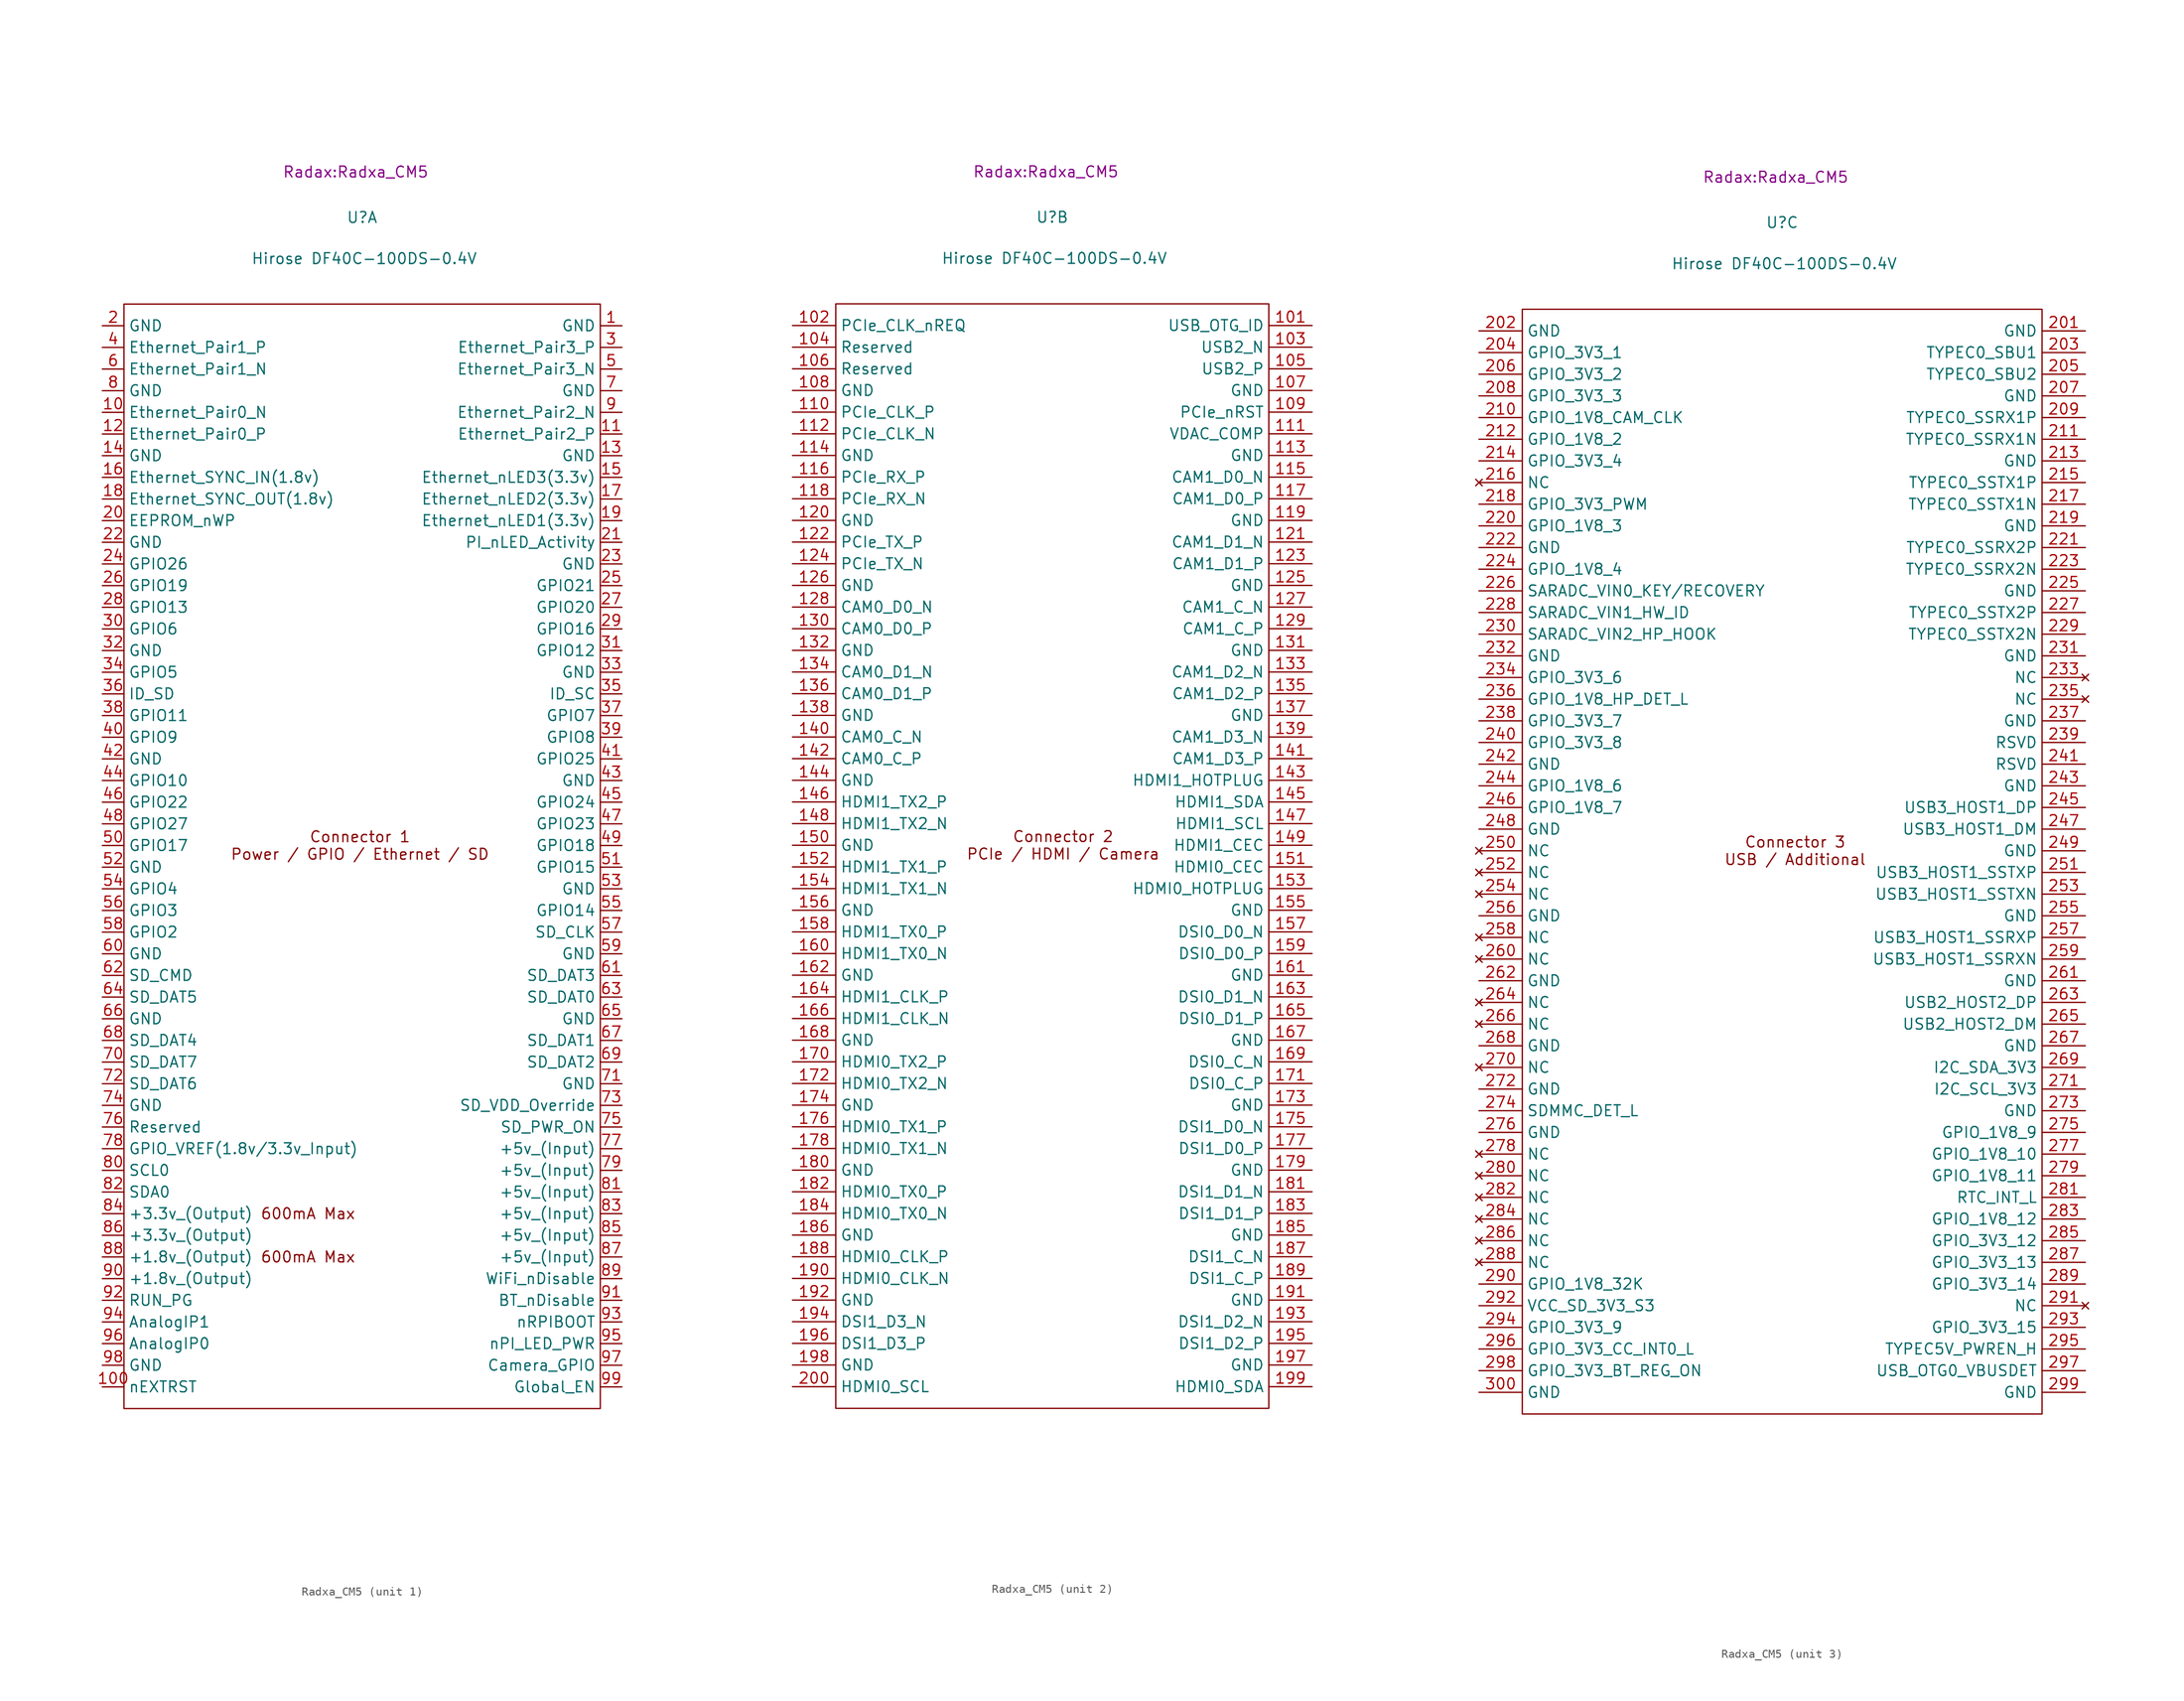
<source format=kicad_sym>
(kicad_symbol_lib
  (version 20241209)
  (generator "kicad_symbol_editor")
  (generator_version "9.0")
  (symbol "Radxa_CM5"
    (property "Reference" "U"
      (at 0 73.66 0)
      (effects (font (size 1.27 1.27))))
    (property "Value" "Hirose DF40C-100DS-0.4V"
      (at 0.254 68.834 0)
      (effects (font (size 1.27 1.27))))
    (property "Footprint" "Radax:Radxa_CM5"
      (at -0.762 78.994 0)
      (effects (font (size 1.27 1.27))))
    (property "ki_locked" ""
      (at 0 0 0)
      (effects (font (size 1.27 1.27))))
    (symbol "Radxa_CM5_1_0"
      (text "Connector 1\nPower / GPIO / Ethernet / SD" (at -0.254 0 0) (effects (font (size 1.27 1.27)))))
    (symbol "Radxa_CM5_1_1"
      (rectangle (start -27.94 -66.04) (end 27.94 63.5) (stroke (width 0) (type default)) (fill (type none)))
      (text "600mA Max" (at -6.35 -43.18 0) (effects (font (size 1.27 1.27))))
      (text "600mA Max" (at -6.35 -48.26 0) (effects (font (size 1.27 1.27))))
      (text private "Note: Pin labels used are the same as Raspberry Pi CM4 module" (at 0 -70.358 0) (effects (font (size 1.27 1.27))))
      (pin power_in line (at -30.48 60.96 0) (length 2.54) (name "GND" (effects (font (size 1.27 1.27)))) (number "2" (effects (font (size 1.27 1.27)))))
      (pin passive line (at -30.48 58.42 0) (length 2.54) (name "Ethernet_Pair1_P" (effects (font (size 1.27 1.27)))) (number "4" (effects (font (size 1.27 1.27)))))
      (pin passive line (at -30.48 55.88 0) (length 2.54) (name "Ethernet_Pair1_N" (effects (font (size 1.27 1.27)))) (number "6" (effects (font (size 1.27 1.27)))))
      (pin power_in line (at -30.48 53.34 0) (length 2.54) (name "GND" (effects (font (size 1.27 1.27)))) (number "8" (effects (font (size 1.27 1.27)))))
      (pin passive line (at -30.48 50.8 0) (length 2.54) (name "Ethernet_Pair0_N" (effects (font (size 1.27 1.27)))) (number "10" (effects (font (size 1.27 1.27)))))
      (pin passive line (at -30.48 48.26 0) (length 2.54) (name "Ethernet_Pair0_P" (effects (font (size 1.27 1.27)))) (number "12" (effects (font (size 1.27 1.27)))))
      (pin power_in line (at -30.48 45.72 0) (length 2.54) (name "GND" (effects (font (size 1.27 1.27)))) (number "14" (effects (font (size 1.27 1.27)))))
      (pin input line (at -30.48 43.18 0) (length 2.54) (name "Ethernet_SYNC_IN(1.8v)" (effects (font (size 1.27 1.27)))) (number "16" (effects (font (size 1.27 1.27)))))
      (pin input line (at -30.48 40.64 0) (length 2.54) (name "Ethernet_SYNC_OUT(1.8v)" (effects (font (size 1.27 1.27)))) (number "18" (effects (font (size 1.27 1.27)))))
      (pin passive line (at -30.48 38.1 0) (length 2.54) (name "EEPROM_nWP" (effects (font (size 1.27 1.27)))) (number "20" (effects (font (size 1.27 1.27)))))
      (pin power_in line (at -30.48 35.56 0) (length 2.54) (name "GND" (effects (font (size 1.27 1.27)))) (number "22" (effects (font (size 1.27 1.27)))))
      (pin passive line (at -30.48 33.02 0) (length 2.54) (name "GPIO26" (effects (font (size 1.27 1.27)))) (number "24" (effects (font (size 1.27 1.27)))))
      (pin passive line (at -30.48 30.48 0) (length 2.54) (name "GPIO19" (effects (font (size 1.27 1.27)))) (number "26" (effects (font (size 1.27 1.27)))))
      (pin passive line (at -30.48 27.94 0) (length 2.54) (name "GPIO13" (effects (font (size 1.27 1.27)))) (number "28" (effects (font (size 1.27 1.27)))))
      (pin passive line (at -30.48 25.4 0) (length 2.54) (name "GPIO6" (effects (font (size 1.27 1.27)))) (number "30" (effects (font (size 1.27 1.27)))))
      (pin power_in line (at -30.48 22.86 0) (length 2.54) (name "GND" (effects (font (size 1.27 1.27)))) (number "32" (effects (font (size 1.27 1.27)))))
      (pin passive line (at -30.48 20.32 0) (length 2.54) (name "GPIO5" (effects (font (size 1.27 1.27)))) (number "34" (effects (font (size 1.27 1.27)))))
      (pin passive line (at -30.48 17.78 0) (length 2.54) (name "ID_SD" (effects (font (size 1.27 1.27)))) (number "36" (effects (font (size 1.27 1.27)))))
      (pin passive line (at -30.48 15.24 0) (length 2.54) (name "GPIO11" (effects (font (size 1.27 1.27)))) (number "38" (effects (font (size 1.27 1.27)))))
      (pin passive line (at -30.48 12.7 0) (length 2.54) (name "GPIO9" (effects (font (size 1.27 1.27)))) (number "40" (effects (font (size 1.27 1.27)))))
      (pin power_in line (at -30.48 10.16 0) (length 2.54) (name "GND" (effects (font (size 1.27 1.27)))) (number "42" (effects (font (size 1.27 1.27)))))
      (pin passive line (at -30.48 7.62 0) (length 2.54) (name "GPIO10" (effects (font (size 1.27 1.27)))) (number "44" (effects (font (size 1.27 1.27)))))
      (pin passive line (at -30.48 5.08 0) (length 2.54) (name "GPIO22" (effects (font (size 1.27 1.27)))) (number "46" (effects (font (size 1.27 1.27)))))
      (pin passive line (at -30.48 2.54 0) (length 2.54) (name "GPIO27" (effects (font (size 1.27 1.27)))) (number "48" (effects (font (size 1.27 1.27)))))
      (pin passive line (at -30.48 0 0) (length 2.54) (name "GPIO17" (effects (font (size 1.27 1.27)))) (number "50" (effects (font (size 1.27 1.27)))))
      (pin power_in line (at -30.48 -2.54 0) (length 2.54) (name "GND" (effects (font (size 1.27 1.27)))) (number "52" (effects (font (size 1.27 1.27)))))
      (pin passive line (at -30.48 -5.08 0) (length 2.54) (name "GPIO4" (effects (font (size 1.27 1.27)))) (number "54" (effects (font (size 1.27 1.27)))))
      (pin passive line (at -30.48 -7.62 0) (length 2.54) (name "GPIO3" (effects (font (size 1.27 1.27)))) (number "56" (effects (font (size 1.27 1.27)))))
      (pin passive line (at -30.48 -10.16 0) (length 2.54) (name "GPIO2" (effects (font (size 1.27 1.27)))) (number "58" (effects (font (size 1.27 1.27)))))
      (pin power_in line (at -30.48 -12.7 0) (length 2.54) (name "GND" (effects (font (size 1.27 1.27)))) (number "60" (effects (font (size 1.27 1.27)))))
      (pin passive line (at -30.48 -15.24 0) (length 2.54) (name "SD_CMD" (effects (font (size 1.27 1.27)))) (number "62" (effects (font (size 1.27 1.27)))))
      (pin passive line (at -30.48 -17.78 0) (length 2.54) (name "SD_DAT5" (effects (font (size 1.27 1.27)))) (number "64" (effects (font (size 1.27 1.27)))))
      (pin power_in line (at -30.48 -20.32 0) (length 2.54) (name "GND" (effects (font (size 1.27 1.27)))) (number "66" (effects (font (size 1.27 1.27)))))
      (pin passive line (at -30.48 -22.86 0) (length 2.54) (name "SD_DAT4" (effects (font (size 1.27 1.27)))) (number "68" (effects (font (size 1.27 1.27)))))
      (pin passive line (at -30.48 -25.4 0) (length 2.54) (name "SD_DAT7" (effects (font (size 1.27 1.27)))) (number "70" (effects (font (size 1.27 1.27)))))
      (pin passive line (at -30.48 -27.94 0) (length 2.54) (name "SD_DAT6" (effects (font (size 1.27 1.27)))) (number "72" (effects (font (size 1.27 1.27)))))
      (pin power_in line (at -30.48 -30.48 0) (length 2.54) (name "GND" (effects (font (size 1.27 1.27)))) (number "74" (effects (font (size 1.27 1.27)))))
      (pin passive line (at -30.48 -33.02 0) (length 2.54) (name "Reserved" (effects (font (size 1.27 1.27)))) (number "76" (effects (font (size 1.27 1.27)))))
      (pin power_in line (at -30.48 -35.56 0) (length 2.54) (name "GPIO_VREF(1.8v/3.3v_Input)" (effects (font (size 1.27 1.27)))) (number "78" (effects (font (size 1.27 1.27)))))
      (pin passive line (at -30.48 -38.1 0) (length 2.54) (name "SCL0" (effects (font (size 1.27 1.27)))) (number "80" (effects (font (size 1.27 1.27)))))
      (pin passive line (at -30.48 -40.64 0) (length 2.54) (name "SDA0" (effects (font (size 1.27 1.27)))) (number "82" (effects (font (size 1.27 1.27)))))
      (pin power_out line (at -30.48 -43.18 0) (length 2.54) (name "+3.3v_(Output)" (effects (font (size 1.27 1.27)))) (number "84" (effects (font (size 1.27 1.27)))))
      (pin power_out line (at -30.48 -45.72 0) (length 2.54) (name "+3.3v_(Output)" (effects (font (size 1.27 1.27)))) (number "86" (effects (font (size 1.27 1.27)))))
      (pin power_out line (at -30.48 -48.26 0) (length 2.54) (name "+1.8v_(Output)" (effects (font (size 1.27 1.27)))) (number "88" (effects (font (size 1.27 1.27)))))
      (pin power_out line (at -30.48 -50.8 0) (length 2.54) (name "+1.8v_(Output)" (effects (font (size 1.27 1.27)))) (number "90" (effects (font (size 1.27 1.27)))))
      (pin passive line (at -30.48 -53.34 0) (length 2.54) (name "RUN_PG" (effects (font (size 1.27 1.27)))) (number "92" (effects (font (size 1.27 1.27)))))
      (pin passive line (at -30.48 -55.88 0) (length 2.54) (name "AnalogIP1" (effects (font (size 1.27 1.27)))) (number "94" (effects (font (size 1.27 1.27)))))
      (pin passive line (at -30.48 -58.42 0) (length 2.54) (name "AnalogIP0" (effects (font (size 1.27 1.27)))) (number "96" (effects (font (size 1.27 1.27)))))
      (pin power_in line (at -30.48 -60.96 0) (length 2.54) (name "GND" (effects (font (size 1.27 1.27)))) (number "98" (effects (font (size 1.27 1.27)))))
      (pin output line (at -30.48 -63.5 0) (length 2.54) (name "nEXTRST" (effects (font (size 1.27 1.27)))) (number "100" (effects (font (size 1.27 1.27)))))
      (pin power_in line (at 30.48 60.96 180) (length 2.54) (name "GND" (effects (font (size 1.27 1.27)))) (number "1" (effects (font (size 1.27 1.27)))))
      (pin passive line (at 30.48 58.42 180) (length 2.54) (name "Ethernet_Pair3_P" (effects (font (size 1.27 1.27)))) (number "3" (effects (font (size 1.27 1.27)))))
      (pin passive line (at 30.48 55.88 180) (length 2.54) (name "Ethernet_Pair3_N" (effects (font (size 1.27 1.27)))) (number "5" (effects (font (size 1.27 1.27)))))
      (pin power_in line (at 30.48 53.34 180) (length 2.54) (name "GND" (effects (font (size 1.27 1.27)))) (number "7" (effects (font (size 1.27 1.27)))))
      (pin passive line (at 30.48 50.8 180) (length 2.54) (name "Ethernet_Pair2_N" (effects (font (size 1.27 1.27)))) (number "9" (effects (font (size 1.27 1.27)))))
      (pin passive line (at 30.48 48.26 180) (length 2.54) (name "Ethernet_Pair2_P" (effects (font (size 1.27 1.27)))) (number "11" (effects (font (size 1.27 1.27)))))
      (pin power_in line (at 30.48 45.72 180) (length 2.54) (name "GND" (effects (font (size 1.27 1.27)))) (number "13" (effects (font (size 1.27 1.27)))))
      (pin output line (at 30.48 43.18 180) (length 2.54) (name "Ethernet_nLED3(3.3v)" (effects (font (size 1.27 1.27)))) (number "15" (effects (font (size 1.27 1.27)))))
      (pin output line (at 30.48 40.64 180) (length 2.54) (name "Ethernet_nLED2(3.3v)" (effects (font (size 1.27 1.27)))) (number "17" (effects (font (size 1.27 1.27)))))
      (pin output line (at 30.48 38.1 180) (length 2.54) (name "Ethernet_nLED1(3.3v)" (effects (font (size 1.27 1.27)))) (number "19" (effects (font (size 1.27 1.27)))))
      (pin open_collector line (at 30.48 35.56 180) (length 2.54) (name "PI_nLED_Activity" (effects (font (size 1.27 1.27)))) (number "21" (effects (font (size 1.27 1.27)))))
      (pin power_in line (at 30.48 33.02 180) (length 2.54) (name "GND" (effects (font (size 1.27 1.27)))) (number "23" (effects (font (size 1.27 1.27)))))
      (pin passive line (at 30.48 30.48 180) (length 2.54) (name "GPIO21" (effects (font (size 1.27 1.27)))) (number "25" (effects (font (size 1.27 1.27)))))
      (pin passive line (at 30.48 27.94 180) (length 2.54) (name "GPIO20" (effects (font (size 1.27 1.27)))) (number "27" (effects (font (size 1.27 1.27)))))
      (pin passive line (at 30.48 25.4 180) (length 2.54) (name "GPIO16" (effects (font (size 1.27 1.27)))) (number "29" (effects (font (size 1.27 1.27)))))
      (pin passive line (at 30.48 22.86 180) (length 2.54) (name "GPIO12" (effects (font (size 1.27 1.27)))) (number "31" (effects (font (size 1.27 1.27)))))
      (pin power_in line (at 30.48 20.32 180) (length 2.54) (name "GND" (effects (font (size 1.27 1.27)))) (number "33" (effects (font (size 1.27 1.27)))))
      (pin passive line (at 30.48 17.78 180) (length 2.54) (name "ID_SC" (effects (font (size 1.27 1.27)))) (number "35" (effects (font (size 1.27 1.27)))))
      (pin passive line (at 30.48 15.24 180) (length 2.54) (name "GPIO7" (effects (font (size 1.27 1.27)))) (number "37" (effects (font (size 1.27 1.27)))))
      (pin passive line (at 30.48 12.7 180) (length 2.54) (name "GPIO8" (effects (font (size 1.27 1.27)))) (number "39" (effects (font (size 1.27 1.27)))))
      (pin passive line (at 30.48 10.16 180) (length 2.54) (name "GPIO25" (effects (font (size 1.27 1.27)))) (number "41" (effects (font (size 1.27 1.27)))))
      (pin power_in line (at 30.48 7.62 180) (length 2.54) (name "GND" (effects (font (size 1.27 1.27)))) (number "43" (effects (font (size 1.27 1.27)))))
      (pin passive line (at 30.48 5.08 180) (length 2.54) (name "GPIO24" (effects (font (size 1.27 1.27)))) (number "45" (effects (font (size 1.27 1.27)))))
      (pin passive line (at 30.48 2.54 180) (length 2.54) (name "GPIO23" (effects (font (size 1.27 1.27)))) (number "47" (effects (font (size 1.27 1.27)))))
      (pin passive line (at 30.48 0 180) (length 2.54) (name "GPIO18" (effects (font (size 1.27 1.27)))) (number "49" (effects (font (size 1.27 1.27)))))
      (pin passive line (at 30.48 -2.54 180) (length 2.54) (name "GPIO15" (effects (font (size 1.27 1.27)))) (number "51" (effects (font (size 1.27 1.27)))))
      (pin power_in line (at 30.48 -5.08 180) (length 2.54) (name "GND" (effects (font (size 1.27 1.27)))) (number "53" (effects (font (size 1.27 1.27)))))
      (pin passive line (at 30.48 -7.62 180) (length 2.54) (name "GPIO14" (effects (font (size 1.27 1.27)))) (number "55" (effects (font (size 1.27 1.27)))))
      (pin passive line (at 30.48 -10.16 180) (length 2.54) (name "SD_CLK" (effects (font (size 1.27 1.27)))) (number "57" (effects (font (size 1.27 1.27)))))
      (pin power_in line (at 30.48 -12.7 180) (length 2.54) (name "GND" (effects (font (size 1.27 1.27)))) (number "59" (effects (font (size 1.27 1.27)))))
      (pin passive line (at 30.48 -15.24 180) (length 2.54) (name "SD_DAT3" (effects (font (size 1.27 1.27)))) (number "61" (effects (font (size 1.27 1.27)))))
      (pin passive line (at 30.48 -17.78 180) (length 2.54) (name "SD_DAT0" (effects (font (size 1.27 1.27)))) (number "63" (effects (font (size 1.27 1.27)))))
      (pin power_in line (at 30.48 -20.32 180) (length 2.54) (name "GND" (effects (font (size 1.27 1.27)))) (number "65" (effects (font (size 1.27 1.27)))))
      (pin passive line (at 30.48 -22.86 180) (length 2.54) (name "SD_DAT1" (effects (font (size 1.27 1.27)))) (number "67" (effects (font (size 1.27 1.27)))))
      (pin passive line (at 30.48 -25.4 180) (length 2.54) (name "SD_DAT2" (effects (font (size 1.27 1.27)))) (number "69" (effects (font (size 1.27 1.27)))))
      (pin power_in line (at 30.48 -27.94 180) (length 2.54) (name "GND" (effects (font (size 1.27 1.27)))) (number "71" (effects (font (size 1.27 1.27)))))
      (pin input line (at 30.48 -30.48 180) (length 2.54) (name "SD_VDD_Override" (effects (font (size 1.27 1.27)))) (number "73" (effects (font (size 1.27 1.27)))))
      (pin output line (at 30.48 -33.02 180) (length 2.54) (name "SD_PWR_ON" (effects (font (size 1.27 1.27)))) (number "75" (effects (font (size 1.27 1.27)))))
      (pin power_in line (at 30.48 -35.56 180) (length 2.54) (name "+5v_(Input)" (effects (font (size 1.27 1.27)))) (number "77" (effects (font (size 1.27 1.27)))))
      (pin power_in line (at 30.48 -38.1 180) (length 2.54) (name "+5v_(Input)" (effects (font (size 1.27 1.27)))) (number "79" (effects (font (size 1.27 1.27)))))
      (pin power_in line (at 30.48 -40.64 180) (length 2.54) (name "+5v_(Input)" (effects (font (size 1.27 1.27)))) (number "81" (effects (font (size 1.27 1.27)))))
      (pin power_in line (at 30.48 -43.18 180) (length 2.54) (name "+5v_(Input)" (effects (font (size 1.27 1.27)))) (number "83" (effects (font (size 1.27 1.27)))))
      (pin power_in line (at 30.48 -45.72 180) (length 2.54) (name "+5v_(Input)" (effects (font (size 1.27 1.27)))) (number "85" (effects (font (size 1.27 1.27)))))
      (pin power_in line (at 30.48 -48.26 180) (length 2.54) (name "+5v_(Input)" (effects (font (size 1.27 1.27)))) (number "87" (effects (font (size 1.27 1.27)))))
      (pin power_in line (at 30.48 -50.8 180) (length 2.54) (name "WiFi_nDisable" (effects (font (size 1.27 1.27)))) (number "89" (effects (font (size 1.27 1.27)))))
      (pin power_in line (at 30.48 -53.34 180) (length 2.54) (name "BT_nDisable" (effects (font (size 1.27 1.27)))) (number "91" (effects (font (size 1.27 1.27)))))
      (pin input line (at 30.48 -55.88 180) (length 2.54) (name "nRPIBOOT" (effects (font (size 1.27 1.27)))) (number "93" (effects (font (size 1.27 1.27)))))
      (pin output line (at 30.48 -58.42 180) (length 2.54) (name "nPI_LED_PWR" (effects (font (size 1.27 1.27)))) (number "95" (effects (font (size 1.27 1.27)))))
      (pin passive line (at 30.48 -60.96 180) (length 2.54) (name "Camera_GPIO" (effects (font (size 1.27 1.27)))) (number "97" (effects (font (size 1.27 1.27)))))
      (pin input line (at 30.48 -63.5 180) (length 2.54) (name "Global_EN" (effects (font (size 1.27 1.27)))) (number "99" (effects (font (size 1.27 1.27))))))
    (symbol "Radxa_CM5_2_1"
      (rectangle (start -25.4 -66.04) (end 25.4 63.5) (stroke (width 0) (type default)) (fill (type none)))
      (text private "Note: Pin labels used are the same as Raspberry Pi CM4 module" (at 0 -70.104 0) (effects (font (size 1.27 1.27))))
      (text "Connector 2\nPCIe / HDMI / Camera" (at 1.27 0 0) (effects (font (size 1.27 1.27))))
      (pin input line (at -30.48 60.96 0) (length 5.08) (name "PCIe_CLK_nREQ" (effects (font (size 1.27 1.27)))) (number "102" (effects (font (size 1.27 1.27)))))
      (pin passive line (at -30.48 58.42 0) (length 5.08) (name "Reserved" (effects (font (size 1.27 1.27)))) (number "104" (effects (font (size 1.27 1.27)))))
      (pin passive line (at -30.48 55.88 0) (length 5.08) (name "Reserved" (effects (font (size 1.27 1.27)))) (number "106" (effects (font (size 1.27 1.27)))))
      (pin power_in line (at -30.48 53.34 0) (length 5.08) (name "GND" (effects (font (size 1.27 1.27)))) (number "108" (effects (font (size 1.27 1.27)))))
      (pin output line (at -30.48 50.8 0) (length 5.08) (name "PCIe_CLK_P" (effects (font (size 1.27 1.27)))) (number "110" (effects (font (size 1.27 1.27)))))
      (pin output line (at -30.48 48.26 0) (length 5.08) (name "PCIe_CLK_N" (effects (font (size 1.27 1.27)))) (number "112" (effects (font (size 1.27 1.27)))))
      (pin power_in line (at -30.48 45.72 0) (length 5.08) (name "GND" (effects (font (size 1.27 1.27)))) (number "114" (effects (font (size 1.27 1.27)))))
      (pin input line (at -30.48 43.18 0) (length 5.08) (name "PCIe_RX_P" (effects (font (size 1.27 1.27)))) (number "116" (effects (font (size 1.27 1.27)))))
      (pin input line (at -30.48 40.64 0) (length 5.08) (name "PCIe_RX_N" (effects (font (size 1.27 1.27)))) (number "118" (effects (font (size 1.27 1.27)))))
      (pin power_in line (at -30.48 38.1 0) (length 5.08) (name "GND" (effects (font (size 1.27 1.27)))) (number "120" (effects (font (size 1.27 1.27)))))
      (pin output line (at -30.48 35.56 0) (length 5.08) (name "PCIe_TX_P" (effects (font (size 1.27 1.27)))) (number "122" (effects (font (size 1.27 1.27)))))
      (pin output line (at -30.48 33.02 0) (length 5.08) (name "PCIe_TX_N" (effects (font (size 1.27 1.27)))) (number "124" (effects (font (size 1.27 1.27)))))
      (pin power_in line (at -30.48 30.48 0) (length 5.08) (name "GND" (effects (font (size 1.27 1.27)))) (number "126" (effects (font (size 1.27 1.27)))))
      (pin input line (at -30.48 27.94 0) (length 5.08) (name "CAM0_D0_N" (effects (font (size 1.27 1.27)))) (number "128" (effects (font (size 1.27 1.27)))))
      (pin input line (at -30.48 25.4 0) (length 5.08) (name "CAM0_D0_P" (effects (font (size 1.27 1.27)))) (number "130" (effects (font (size 1.27 1.27)))))
      (pin power_in line (at -30.48 22.86 0) (length 5.08) (name "GND" (effects (font (size 1.27 1.27)))) (number "132" (effects (font (size 1.27 1.27)))))
      (pin input line (at -30.48 20.32 0) (length 5.08) (name "CAM0_D1_N" (effects (font (size 1.27 1.27)))) (number "134" (effects (font (size 1.27 1.27)))))
      (pin input line (at -30.48 17.78 0) (length 5.08) (name "CAM0_D1_P" (effects (font (size 1.27 1.27)))) (number "136" (effects (font (size 1.27 1.27)))))
      (pin power_in line (at -30.48 15.24 0) (length 5.08) (name "GND" (effects (font (size 1.27 1.27)))) (number "138" (effects (font (size 1.27 1.27)))))
      (pin input line (at -30.48 12.7 0) (length 5.08) (name "CAM0_C_N" (effects (font (size 1.27 1.27)))) (number "140" (effects (font (size 1.27 1.27)))))
      (pin input line (at -30.48 10.16 0) (length 5.08) (name "CAM0_C_P" (effects (font (size 1.27 1.27)))) (number "142" (effects (font (size 1.27 1.27)))))
      (pin power_in line (at -30.48 7.62 0) (length 5.08) (name "GND" (effects (font (size 1.27 1.27)))) (number "144" (effects (font (size 1.27 1.27)))))
      (pin output line (at -30.48 5.08 0) (length 5.08) (name "HDMI1_TX2_P" (effects (font (size 1.27 1.27)))) (number "146" (effects (font (size 1.27 1.27)))))
      (pin output line (at -30.48 2.54 0) (length 5.08) (name "HDMI1_TX2_N" (effects (font (size 1.27 1.27)))) (number "148" (effects (font (size 1.27 1.27)))))
      (pin power_in line (at -30.48 0 0) (length 5.08) (name "GND" (effects (font (size 1.27 1.27)))) (number "150" (effects (font (size 1.27 1.27)))))
      (pin output line (at -30.48 -2.54 0) (length 5.08) (name "HDMI1_TX1_P" (effects (font (size 1.27 1.27)))) (number "152" (effects (font (size 1.27 1.27)))))
      (pin output line (at -30.48 -5.08 0) (length 5.08) (name "HDMI1_TX1_N" (effects (font (size 1.27 1.27)))) (number "154" (effects (font (size 1.27 1.27)))))
      (pin power_in line (at -30.48 -7.62 0) (length 5.08) (name "GND" (effects (font (size 1.27 1.27)))) (number "156" (effects (font (size 1.27 1.27)))))
      (pin output line (at -30.48 -10.16 0) (length 5.08) (name "HDMI1_TX0_P" (effects (font (size 1.27 1.27)))) (number "158" (effects (font (size 1.27 1.27)))))
      (pin output line (at -30.48 -12.7 0) (length 5.08) (name "HDMI1_TX0_N" (effects (font (size 1.27 1.27)))) (number "160" (effects (font (size 1.27 1.27)))))
      (pin power_in line (at -30.48 -15.24 0) (length 5.08) (name "GND" (effects (font (size 1.27 1.27)))) (number "162" (effects (font (size 1.27 1.27)))))
      (pin output line (at -30.48 -17.78 0) (length 5.08) (name "HDMI1_CLK_P" (effects (font (size 1.27 1.27)))) (number "164" (effects (font (size 1.27 1.27)))))
      (pin output line (at -30.48 -20.32 0) (length 5.08) (name "HDMI1_CLK_N" (effects (font (size 1.27 1.27)))) (number "166" (effects (font (size 1.27 1.27)))))
      (pin power_in line (at -30.48 -22.86 0) (length 5.08) (name "GND" (effects (font (size 1.27 1.27)))) (number "168" (effects (font (size 1.27 1.27)))))
      (pin output line (at -30.48 -25.4 0) (length 5.08) (name "HDMI0_TX2_P" (effects (font (size 1.27 1.27)))) (number "170" (effects (font (size 1.27 1.27)))))
      (pin output line (at -30.48 -27.94 0) (length 5.08) (name "HDMI0_TX2_N" (effects (font (size 1.27 1.27)))) (number "172" (effects (font (size 1.27 1.27)))))
      (pin power_in line (at -30.48 -30.48 0) (length 5.08) (name "GND" (effects (font (size 1.27 1.27)))) (number "174" (effects (font (size 1.27 1.27)))))
      (pin output line (at -30.48 -33.02 0) (length 5.08) (name "HDMI0_TX1_P" (effects (font (size 1.27 1.27)))) (number "176" (effects (font (size 1.27 1.27)))))
      (pin output line (at -30.48 -35.56 0) (length 5.08) (name "HDMI0_TX1_N" (effects (font (size 1.27 1.27)))) (number "178" (effects (font (size 1.27 1.27)))))
      (pin power_in line (at -30.48 -38.1 0) (length 5.08) (name "GND" (effects (font (size 1.27 1.27)))) (number "180" (effects (font (size 1.27 1.27)))))
      (pin output line (at -30.48 -40.64 0) (length 5.08) (name "HDMI0_TX0_P" (effects (font (size 1.27 1.27)))) (number "182" (effects (font (size 1.27 1.27)))))
      (pin output line (at -30.48 -43.18 0) (length 5.08) (name "HDMI0_TX0_N" (effects (font (size 1.27 1.27)))) (number "184" (effects (font (size 1.27 1.27)))))
      (pin power_in line (at -30.48 -45.72 0) (length 5.08) (name "GND" (effects (font (size 1.27 1.27)))) (number "186" (effects (font (size 1.27 1.27)))))
      (pin output line (at -30.48 -48.26 0) (length 5.08) (name "HDMI0_CLK_P" (effects (font (size 1.27 1.27)))) (number "188" (effects (font (size 1.27 1.27)))))
      (pin output line (at -30.48 -50.8 0) (length 5.08) (name "HDMI0_CLK_N" (effects (font (size 1.27 1.27)))) (number "190" (effects (font (size 1.27 1.27)))))
      (pin power_in line (at -30.48 -53.34 0) (length 5.08) (name "GND" (effects (font (size 1.27 1.27)))) (number "192" (effects (font (size 1.27 1.27)))))
      (pin output line (at -30.48 -55.88 0) (length 5.08) (name "DSI1_D3_N" (effects (font (size 1.27 1.27)))) (number "194" (effects (font (size 1.27 1.27)))))
      (pin output line (at -30.48 -58.42 0) (length 5.08) (name "DSI1_D3_P" (effects (font (size 1.27 1.27)))) (number "196" (effects (font (size 1.27 1.27)))))
      (pin power_in line (at -30.48 -60.96 0) (length 5.08) (name "GND" (effects (font (size 1.27 1.27)))) (number "198" (effects (font (size 1.27 1.27)))))
      (pin open_collector line (at -30.48 -63.5 0) (length 5.08) (name "HDMI0_SCL" (effects (font (size 1.27 1.27)))) (number "200" (effects (font (size 1.27 1.27)))))
      (pin input line (at 30.48 60.96 180) (length 5.08) (name "USB_OTG_ID" (effects (font (size 1.27 1.27)))) (number "101" (effects (font (size 1.27 1.27)))))
      (pin passive line (at 30.48 58.42 180) (length 5.08) (name "USB2_N" (effects (font (size 1.27 1.27)))) (number "103" (effects (font (size 1.27 1.27)))))
      (pin passive line (at 30.48 55.88 180) (length 5.08) (name "USB2_P" (effects (font (size 1.27 1.27)))) (number "105" (effects (font (size 1.27 1.27)))))
      (pin power_in line (at 30.48 53.34 180) (length 5.08) (name "GND" (effects (font (size 1.27 1.27)))) (number "107" (effects (font (size 1.27 1.27)))))
      (pin bidirectional line (at 30.48 50.8 180) (length 5.08) (name "PCIe_nRST" (effects (font (size 1.27 1.27)))) (number "109" (effects (font (size 1.27 1.27)))))
      (pin passive line (at 30.48 48.26 180) (length 5.08) (name "VDAC_COMP" (effects (font (size 1.27 1.27)))) (number "111" (effects (font (size 1.27 1.27)))))
      (pin power_in line (at 30.48 45.72 180) (length 5.08) (name "GND" (effects (font (size 1.27 1.27)))) (number "113" (effects (font (size 1.27 1.27)))))
      (pin input line (at 30.48 43.18 180) (length 5.08) (name "CAM1_D0_N" (effects (font (size 1.27 1.27)))) (number "115" (effects (font (size 1.27 1.27)))))
      (pin input line (at 30.48 40.64 180) (length 5.08) (name "CAM1_D0_P" (effects (font (size 1.27 1.27)))) (number "117" (effects (font (size 1.27 1.27)))))
      (pin power_in line (at 30.48 38.1 180) (length 5.08) (name "GND" (effects (font (size 1.27 1.27)))) (number "119" (effects (font (size 1.27 1.27)))))
      (pin input line (at 30.48 35.56 180) (length 5.08) (name "CAM1_D1_N" (effects (font (size 1.27 1.27)))) (number "121" (effects (font (size 1.27 1.27)))))
      (pin input line (at 30.48 33.02 180) (length 5.08) (name "CAM1_D1_P" (effects (font (size 1.27 1.27)))) (number "123" (effects (font (size 1.27 1.27)))))
      (pin power_in line (at 30.48 30.48 180) (length 5.08) (name "GND" (effects (font (size 1.27 1.27)))) (number "125" (effects (font (size 1.27 1.27)))))
      (pin input line (at 30.48 27.94 180) (length 5.08) (name "CAM1_C_N" (effects (font (size 1.27 1.27)))) (number "127" (effects (font (size 1.27 1.27)))))
      (pin input line (at 30.48 25.4 180) (length 5.08) (name "CAM1_C_P" (effects (font (size 1.27 1.27)))) (number "129" (effects (font (size 1.27 1.27)))))
      (pin power_in line (at 30.48 22.86 180) (length 5.08) (name "GND" (effects (font (size 1.27 1.27)))) (number "131" (effects (font (size 1.27 1.27)))))
      (pin input line (at 30.48 20.32 180) (length 5.08) (name "CAM1_D2_N" (effects (font (size 1.27 1.27)))) (number "133" (effects (font (size 1.27 1.27)))))
      (pin input line (at 30.48 17.78 180) (length 5.08) (name "CAM1_D2_P" (effects (font (size 1.27 1.27)))) (number "135" (effects (font (size 1.27 1.27)))))
      (pin power_in line (at 30.48 15.24 180) (length 5.08) (name "GND" (effects (font (size 1.27 1.27)))) (number "137" (effects (font (size 1.27 1.27)))))
      (pin input line (at 30.48 12.7 180) (length 5.08) (name "CAM1_D3_N" (effects (font (size 1.27 1.27)))) (number "139" (effects (font (size 1.27 1.27)))))
      (pin input line (at 30.48 10.16 180) (length 5.08) (name "CAM1_D3_P" (effects (font (size 1.27 1.27)))) (number "141" (effects (font (size 1.27 1.27)))))
      (pin input line (at 30.48 7.62 180) (length 5.08) (name "HDMI1_HOTPLUG" (effects (font (size 1.27 1.27)))) (number "143" (effects (font (size 1.27 1.27)))))
      (pin bidirectional line (at 30.48 5.08 180) (length 5.08) (name "HDMI1_SDA" (effects (font (size 1.27 1.27)))) (number "145" (effects (font (size 1.27 1.27)))))
      (pin open_collector line (at 30.48 2.54 180) (length 5.08) (name "HDMI1_SCL" (effects (font (size 1.27 1.27)))) (number "147" (effects (font (size 1.27 1.27)))))
      (pin open_collector line (at 30.48 0 180) (length 5.08) (name "HDMI1_CEC" (effects (font (size 1.27 1.27)))) (number "149" (effects (font (size 1.27 1.27)))))
      (pin open_collector line (at 30.48 -2.54 180) (length 5.08) (name "HDMI0_CEC" (effects (font (size 1.27 1.27)))) (number "151" (effects (font (size 1.27 1.27)))))
      (pin input line (at 30.48 -5.08 180) (length 5.08) (name "HDMI0_HOTPLUG" (effects (font (size 1.27 1.27)))) (number "153" (effects (font (size 1.27 1.27)))))
      (pin power_in line (at 30.48 -7.62 180) (length 5.08) (name "GND" (effects (font (size 1.27 1.27)))) (number "155" (effects (font (size 1.27 1.27)))))
      (pin output line (at 30.48 -10.16 180) (length 5.08) (name "DSI0_D0_N" (effects (font (size 1.27 1.27)))) (number "157" (effects (font (size 1.27 1.27)))))
      (pin output line (at 30.48 -12.7 180) (length 5.08) (name "DSI0_D0_P" (effects (font (size 1.27 1.27)))) (number "159" (effects (font (size 1.27 1.27)))))
      (pin power_in line (at 30.48 -15.24 180) (length 5.08) (name "GND" (effects (font (size 1.27 1.27)))) (number "161" (effects (font (size 1.27 1.27)))))
      (pin output line (at 30.48 -17.78 180) (length 5.08) (name "DSI0_D1_N" (effects (font (size 1.27 1.27)))) (number "163" (effects (font (size 1.27 1.27)))))
      (pin output line (at 30.48 -20.32 180) (length 5.08) (name "DSI0_D1_P" (effects (font (size 1.27 1.27)))) (number "165" (effects (font (size 1.27 1.27)))))
      (pin power_in line (at 30.48 -22.86 180) (length 5.08) (name "GND" (effects (font (size 1.27 1.27)))) (number "167" (effects (font (size 1.27 1.27)))))
      (pin output line (at 30.48 -25.4 180) (length 5.08) (name "DSI0_C_N" (effects (font (size 1.27 1.27)))) (number "169" (effects (font (size 1.27 1.27)))))
      (pin output line (at 30.48 -27.94 180) (length 5.08) (name "DSI0_C_P" (effects (font (size 1.27 1.27)))) (number "171" (effects (font (size 1.27 1.27)))))
      (pin power_in line (at 30.48 -30.48 180) (length 5.08) (name "GND" (effects (font (size 1.27 1.27)))) (number "173" (effects (font (size 1.27 1.27)))))
      (pin output line (at 30.48 -33.02 180) (length 5.08) (name "DSI1_D0_N" (effects (font (size 1.27 1.27)))) (number "175" (effects (font (size 1.27 1.27)))))
      (pin output line (at 30.48 -35.56 180) (length 5.08) (name "DSI1_D0_P" (effects (font (size 1.27 1.27)))) (number "177" (effects (font (size 1.27 1.27)))))
      (pin power_in line (at 30.48 -38.1 180) (length 5.08) (name "GND" (effects (font (size 1.27 1.27)))) (number "179" (effects (font (size 1.27 1.27)))))
      (pin output line (at 30.48 -40.64 180) (length 5.08) (name "DSI1_D1_N" (effects (font (size 1.27 1.27)))) (number "181" (effects (font (size 1.27 1.27)))))
      (pin output line (at 30.48 -43.18 180) (length 5.08) (name "DSI1_D1_P" (effects (font (size 1.27 1.27)))) (number "183" (effects (font (size 1.27 1.27)))))
      (pin power_in line (at 30.48 -45.72 180) (length 5.08) (name "GND" (effects (font (size 1.27 1.27)))) (number "185" (effects (font (size 1.27 1.27)))))
      (pin output line (at 30.48 -48.26 180) (length 5.08) (name "DSI1_C_N" (effects (font (size 1.27 1.27)))) (number "187" (effects (font (size 1.27 1.27)))))
      (pin output line (at 30.48 -50.8 180) (length 5.08) (name "DSI1_C_P" (effects (font (size 1.27 1.27)))) (number "189" (effects (font (size 1.27 1.27)))))
      (pin power_in line (at 30.48 -53.34 180) (length 5.08) (name "GND" (effects (font (size 1.27 1.27)))) (number "191" (effects (font (size 1.27 1.27)))))
      (pin output line (at 30.48 -55.88 180) (length 5.08) (name "DSI1_D2_N" (effects (font (size 1.27 1.27)))) (number "193" (effects (font (size 1.27 1.27)))))
      (pin output line (at 30.48 -58.42 180) (length 5.08) (name "DSI1_D2_P" (effects (font (size 1.27 1.27)))) (number "195" (effects (font (size 1.27 1.27)))))
      (pin power_in line (at 30.48 -60.96 180) (length 5.08) (name "GND" (effects (font (size 1.27 1.27)))) (number "197" (effects (font (size 1.27 1.27)))))
      (pin bidirectional line (at 30.48 -63.5 180) (length 5.08) (name "HDMI0_SDA" (effects (font (size 1.27 1.27)))) (number "199" (effects (font (size 1.27 1.27))))))
    (symbol "Radxa_CM5_3_1"
      (rectangle (start -30.48 63.5) (end 30.48 -66.04) (stroke (width 0) (type default)) (fill (type none)))
      (text private "Note: Pin labels used are those of Radxa CM5 module. \n\nDue to KiCAD limitations, minus 200 from the Pin Number \nto get the same number mapping as in the Radxa Schematic.\n" (at 0.254 -73.406 0) (effects (font (size 1.27 1.27))))
      (text "Connector 3\nUSB / Additional" (at 1.524 0 0) (effects (font (size 1.27 1.27))))
      (pin power_in line (at -35.56 60.96 0) (length 5.08) (name "GND" (effects (font (size 1.27 1.27)))) (number "202" (effects (font (size 1.27 1.27)))))
      (pin passive line (at -35.56 58.42 0) (length 5.08) (name "GPIO_3V3_1" (effects (font (size 1.27 1.27)))) (number "204" (effects (font (size 1.27 1.27)))))
      (pin passive line (at -35.56 55.88 0) (length 5.08) (name "GPIO_3V3_2" (effects (font (size 1.27 1.27)))) (number "206" (effects (font (size 1.27 1.27)))))
      (pin passive line (at -35.56 53.34 0) (length 5.08) (name "GPIO_3V3_3" (effects (font (size 1.27 1.27)))) (number "208" (effects (font (size 1.27 1.27)))))
      (pin passive line (at -35.56 50.8 0) (length 5.08) (name "GPIO_1V8_CAM_CLK" (effects (font (size 1.27 1.27)))) (number "210" (effects (font (size 1.27 1.27)))))
      (pin passive line (at -35.56 48.26 0) (length 5.08) (name "GPIO_1V8_2" (effects (font (size 1.27 1.27)))) (number "212" (effects (font (size 1.27 1.27)))))
      (pin passive line (at -35.56 45.72 0) (length 5.08) (name "GPIO_3V3_4" (effects (font (size 1.27 1.27)))) (number "214" (effects (font (size 1.27 1.27)))))
      (pin no_connect line (at -35.56 43.18 0) (length 5.08) (name "NC" (effects (font (size 1.27 1.27)))) (number "216" (effects (font (size 1.27 1.27)))))
      (pin passive line (at -35.56 40.64 0) (length 5.08) (name "GPIO_3V3_PWM" (effects (font (size 1.27 1.27)))) (number "218" (effects (font (size 1.27 1.27)))))
      (pin passive line (at -35.56 38.1 0) (length 5.08) (name "GPIO_1V8_3" (effects (font (size 1.27 1.27)))) (number "220" (effects (font (size 1.27 1.27)))))
      (pin power_in line (at -35.56 35.56 0) (length 5.08) (name "GND" (effects (font (size 1.27 1.27)))) (number "222" (effects (font (size 1.27 1.27)))))
      (pin passive line (at -35.56 33.02 0) (length 5.08) (name "GPIO_1V8_4" (effects (font (size 1.27 1.27)))) (number "224" (effects (font (size 1.27 1.27)))))
      (pin passive line (at -35.56 30.48 0) (length 5.08) (name "SARADC_VIN0_KEY/RECOVERY" (effects (font (size 1.27 1.27)))) (number "226" (effects (font (size 1.27 1.27)))))
      (pin passive line (at -35.56 27.94 0) (length 5.08) (name "SARADC_VIN1_HW_ID" (effects (font (size 1.27 1.27)))) (number "228" (effects (font (size 1.27 1.27)))))
      (pin passive line (at -35.56 25.4 0) (length 5.08) (name "SARADC_VIN2_HP_HOOK" (effects (font (size 1.27 1.27)))) (number "230" (effects (font (size 1.27 1.27)))))
      (pin power_in line (at -35.56 22.86 0) (length 5.08) (name "GND" (effects (font (size 1.27 1.27)))) (number "232" (effects (font (size 1.27 1.27)))))
      (pin passive line (at -35.56 20.32 0) (length 5.08) (name "GPIO_3V3_6" (effects (font (size 1.27 1.27)))) (number "234" (effects (font (size 1.27 1.27)))))
      (pin passive line (at -35.56 17.78 0) (length 5.08) (name "GPIO_1V8_HP_DET_L" (effects (font (size 1.27 1.27)))) (number "236" (effects (font (size 1.27 1.27)))))
      (pin passive line (at -35.56 15.24 0) (length 5.08) (name "GPIO_3V3_7" (effects (font (size 1.27 1.27)))) (number "238" (effects (font (size 1.27 1.27)))))
      (pin passive line (at -35.56 12.7 0) (length 5.08) (name "GPIO_3V3_8" (effects (font (size 1.27 1.27)))) (number "240" (effects (font (size 1.27 1.27)))))
      (pin power_in line (at -35.56 10.16 0) (length 5.08) (name "GND" (effects (font (size 1.27 1.27)))) (number "242" (effects (font (size 1.27 1.27)))))
      (pin passive line (at -35.56 7.62 0) (length 5.08) (name "GPIO_1V8_6" (effects (font (size 1.27 1.27)))) (number "244" (effects (font (size 1.27 1.27)))))
      (pin passive line (at -35.56 5.08 0) (length 5.08) (name "GPIO_1V8_7" (effects (font (size 1.27 1.27)))) (number "246" (effects (font (size 1.27 1.27)))))
      (pin power_in line (at -35.56 2.54 0) (length 5.08) (name "GND" (effects (font (size 1.27 1.27)))) (number "248" (effects (font (size 1.27 1.27)))))
      (pin no_connect line (at -35.56 0 0) (length 5.08) (name "NC" (effects (font (size 1.27 1.27)))) (number "250" (effects (font (size 1.27 1.27)))))
      (pin no_connect line (at -35.56 -2.54 0) (length 5.08) (name "NC" (effects (font (size 1.27 1.27)))) (number "252" (effects (font (size 1.27 1.27)))))
      (pin no_connect line (at -35.56 -5.08 0) (length 5.08) (name "NC" (effects (font (size 1.27 1.27)))) (number "254" (effects (font (size 1.27 1.27)))))
      (pin power_in line (at -35.56 -7.62 0) (length 5.08) (name "GND" (effects (font (size 1.27 1.27)))) (number "256" (effects (font (size 1.27 1.27)))))
      (pin no_connect line (at -35.56 -10.16 0) (length 5.08) (name "NC" (effects (font (size 1.27 1.27)))) (number "258" (effects (font (size 1.27 1.27)))))
      (pin no_connect line (at -35.56 -12.7 0) (length 5.08) (name "NC" (effects (font (size 1.27 1.27)))) (number "260" (effects (font (size 1.27 1.27)))))
      (pin power_in line (at -35.56 -15.24 0) (length 5.08) (name "GND" (effects (font (size 1.27 1.27)))) (number "262" (effects (font (size 1.27 1.27)))))
      (pin no_connect line (at -35.56 -17.78 0) (length 5.08) (name "NC" (effects (font (size 1.27 1.27)))) (number "264" (effects (font (size 1.27 1.27)))))
      (pin no_connect line (at -35.56 -20.32 0) (length 5.08) (name "NC" (effects (font (size 1.27 1.27)))) (number "266" (effects (font (size 1.27 1.27)))))
      (pin power_in line (at -35.56 -22.86 0) (length 5.08) (name "GND" (effects (font (size 1.27 1.27)))) (number "268" (effects (font (size 1.27 1.27)))))
      (pin no_connect line (at -35.56 -25.4 0) (length 5.08) (name "NC" (effects (font (size 1.27 1.27)))) (number "270" (effects (font (size 1.27 1.27)))))
      (pin power_in line (at -35.56 -27.94 0) (length 5.08) (name "GND" (effects (font (size 1.27 1.27)))) (number "272" (effects (font (size 1.27 1.27)))))
      (pin passive line (at -35.56 -30.48 0) (length 5.08) (name "SDMMC_DET_L" (effects (font (size 1.27 1.27)))) (number "274" (effects (font (size 1.27 1.27)))))
      (pin power_in line (at -35.56 -33.02 0) (length 5.08) (name "GND" (effects (font (size 1.27 1.27)))) (number "276" (effects (font (size 1.27 1.27)))))
      (pin no_connect line (at -35.56 -35.56 0) (length 5.08) (name "NC" (effects (font (size 1.27 1.27)))) (number "278" (effects (font (size 1.27 1.27)))))
      (pin no_connect line (at -35.56 -38.1 0) (length 5.08) (name "NC" (effects (font (size 1.27 1.27)))) (number "280" (effects (font (size 1.27 1.27)))))
      (pin no_connect line (at -35.56 -40.64 0) (length 5.08) (name "NC" (effects (font (size 1.27 1.27)))) (number "282" (effects (font (size 1.27 1.27)))))
      (pin no_connect line (at -35.56 -43.18 0) (length 5.08) (name "NC" (effects (font (size 1.27 1.27)))) (number "284" (effects (font (size 1.27 1.27)))))
      (pin no_connect line (at -35.56 -45.72 0) (length 5.08) (name "NC" (effects (font (size 1.27 1.27)))) (number "286" (effects (font (size 1.27 1.27)))))
      (pin no_connect line (at -35.56 -48.26 0) (length 5.08) (name "NC" (effects (font (size 1.27 1.27)))) (number "288" (effects (font (size 1.27 1.27)))))
      (pin passive line (at -35.56 -50.8 0) (length 5.08) (name "GPIO_1V8_32K" (effects (font (size 1.27 1.27)))) (number "290" (effects (font (size 1.27 1.27)))))
      (pin passive line (at -35.56 -53.34 0) (length 5.08) (name "VCC_SD_3V3_S3" (effects (font (size 1.27 1.27)))) (number "292" (effects (font (size 1.27 1.27)))))
      (pin passive line (at -35.56 -55.88 0) (length 5.08) (name "GPIO_3V3_9" (effects (font (size 1.27 1.27)))) (number "294" (effects (font (size 1.27 1.27)))))
      (pin passive line (at -35.56 -58.42 0) (length 5.08) (name "GPIO_3V3_CC_INT0_L" (effects (font (size 1.27 1.27)))) (number "296" (effects (font (size 1.27 1.27)))))
      (pin passive line (at -35.56 -60.96 0) (length 5.08) (name "GPIO_3V3_BT_REG_ON" (effects (font (size 1.27 1.27)))) (number "298" (effects (font (size 1.27 1.27)))))
      (pin power_in line (at -35.56 -63.5 0) (length 5.08) (name "GND" (effects (font (size 1.27 1.27)))) (number "300" (effects (font (size 1.27 1.27)))))
      (pin power_in line (at 35.56 60.96 180) (length 5.08) (name "GND" (effects (font (size 1.27 1.27)))) (number "201" (effects (font (size 1.27 1.27)))))
      (pin output line (at 35.56 58.42 180) (length 5.08) (name "TYPEC0_SBU1" (effects (font (size 1.27 1.27)))) (number "203" (effects (font (size 1.27 1.27)))))
      (pin output line (at 35.56 55.88 180) (length 5.08) (name "TYPEC0_SBU2" (effects (font (size 1.27 1.27)))) (number "205" (effects (font (size 1.27 1.27)))))
      (pin power_in line (at 35.56 53.34 180) (length 5.08) (name "GND" (effects (font (size 1.27 1.27)))) (number "207" (effects (font (size 1.27 1.27)))))
      (pin output line (at 35.56 50.8 180) (length 5.08) (name "TYPEC0_SSRX1P" (effects (font (size 1.27 1.27)))) (number "209" (effects (font (size 1.27 1.27)))))
      (pin output line (at 35.56 48.26 180) (length 5.08) (name "TYPEC0_SSRX1N" (effects (font (size 1.27 1.27)))) (number "211" (effects (font (size 1.27 1.27)))))
      (pin power_in line (at 35.56 45.72 180) (length 5.08) (name "GND" (effects (font (size 1.27 1.27)))) (number "213" (effects (font (size 1.27 1.27)))))
      (pin output line (at 35.56 43.18 180) (length 5.08) (name "TYPEC0_SSTX1P" (effects (font (size 1.27 1.27)))) (number "215" (effects (font (size 1.27 1.27)))))
      (pin output line (at 35.56 40.64 180) (length 5.08) (name "TYPEC0_SSTX1N" (effects (font (size 1.27 1.27)))) (number "217" (effects (font (size 1.27 1.27)))))
      (pin power_in line (at 35.56 38.1 180) (length 5.08) (name "GND" (effects (font (size 1.27 1.27)))) (number "219" (effects (font (size 1.27 1.27)))))
      (pin output line (at 35.56 35.56 180) (length 5.08) (name "TYPEC0_SSRX2P" (effects (font (size 1.27 1.27)))) (number "221" (effects (font (size 1.27 1.27)))))
      (pin output line (at 35.56 33.02 180) (length 5.08) (name "TYPEC0_SSRX2N" (effects (font (size 1.27 1.27)))) (number "223" (effects (font (size 1.27 1.27)))))
      (pin power_in line (at 35.56 30.48 180) (length 5.08) (name "GND" (effects (font (size 1.27 1.27)))) (number "225" (effects (font (size 1.27 1.27)))))
      (pin output line (at 35.56 27.94 180) (length 5.08) (name "TYPEC0_SSTX2P" (effects (font (size 1.27 1.27)))) (number "227" (effects (font (size 1.27 1.27)))))
      (pin output line (at 35.56 25.4 180) (length 5.08) (name "TYPEC0_SSTX2N" (effects (font (size 1.27 1.27)))) (number "229" (effects (font (size 1.27 1.27)))))
      (pin power_in line (at 35.56 22.86 180) (length 5.08) (name "GND" (effects (font (size 1.27 1.27)))) (number "231" (effects (font (size 1.27 1.27)))))
      (pin no_connect line (at 35.56 20.32 180) (length 5.08) (name "NC" (effects (font (size 1.27 1.27)))) (number "233" (effects (font (size 1.27 1.27)))))
      (pin no_connect line (at 35.56 17.78 180) (length 5.08) (name "NC" (effects (font (size 1.27 1.27)))) (number "235" (effects (font (size 1.27 1.27)))))
      (pin power_in line (at 35.56 15.24 180) (length 5.08) (name "GND" (effects (font (size 1.27 1.27)))) (number "237" (effects (font (size 1.27 1.27)))))
      (pin passive line (at 35.56 12.7 180) (length 5.08) (name "RSVD" (effects (font (size 1.27 1.27)))) (number "239" (effects (font (size 1.27 1.27)))))
      (pin passive line (at 35.56 10.16 180) (length 5.08) (name "RSVD" (effects (font (size 1.27 1.27)))) (number "241" (effects (font (size 1.27 1.27)))))
      (pin power_in line (at 35.56 7.62 180) (length 5.08) (name "GND" (effects (font (size 1.27 1.27)))) (number "243" (effects (font (size 1.27 1.27)))))
      (pin passive line (at 35.56 5.08 180) (length 5.08) (name "USB3_HOST1_DP" (effects (font (size 1.27 1.27)))) (number "245" (effects (font (size 1.27 1.27)))))
      (pin passive line (at 35.56 2.54 180) (length 5.08) (name "USB3_HOST1_DM" (effects (font (size 1.27 1.27)))) (number "247" (effects (font (size 1.27 1.27)))))
      (pin power_in line (at 35.56 0 180) (length 5.08) (name "GND" (effects (font (size 1.27 1.27)))) (number "249" (effects (font (size 1.27 1.27)))))
      (pin output line (at 35.56 -2.54 180) (length 5.08) (name "USB3_HOST1_SSTXP" (effects (font (size 1.27 1.27)))) (number "251" (effects (font (size 1.27 1.27)))))
      (pin output line (at 35.56 -5.08 180) (length 5.08) (name "USB3_HOST1_SSTXN" (effects (font (size 1.27 1.27)))) (number "253" (effects (font (size 1.27 1.27)))))
      (pin power_in line (at 35.56 -7.62 180) (length 5.08) (name "GND" (effects (font (size 1.27 1.27)))) (number "255" (effects (font (size 1.27 1.27)))))
      (pin input line (at 35.56 -10.16 180) (length 5.08) (name "USB3_HOST1_SSRXP" (effects (font (size 1.27 1.27)))) (number "257" (effects (font (size 1.27 1.27)))))
      (pin input line (at 35.56 -12.7 180) (length 5.08) (name "USB3_HOST1_SSRXN" (effects (font (size 1.27 1.27)))) (number "259" (effects (font (size 1.27 1.27)))))
      (pin power_in line (at 35.56 -15.24 180) (length 5.08) (name "GND" (effects (font (size 1.27 1.27)))) (number "261" (effects (font (size 1.27 1.27)))))
      (pin passive line (at 35.56 -17.78 180) (length 5.08) (name "USB2_HOST2_DP" (effects (font (size 1.27 1.27)))) (number "263" (effects (font (size 1.27 1.27)))))
      (pin passive line (at 35.56 -20.32 180) (length 5.08) (name "USB2_HOST2_DM" (effects (font (size 1.27 1.27)))) (number "265" (effects (font (size 1.27 1.27)))))
      (pin power_in line (at 35.56 -22.86 180) (length 5.08) (name "GND" (effects (font (size 1.27 1.27)))) (number "267" (effects (font (size 1.27 1.27)))))
      (pin passive line (at 35.56 -25.4 180) (length 5.08) (name "I2C_SDA_3V3" (effects (font (size 1.27 1.27)))) (number "269" (effects (font (size 1.27 1.27)))))
      (pin passive line (at 35.56 -27.94 180) (length 5.08) (name "I2C_SCL_3V3" (effects (font (size 1.27 1.27)))) (number "271" (effects (font (size 1.27 1.27)))))
      (pin power_in line (at 35.56 -30.48 180) (length 5.08) (name "GND" (effects (font (size 1.27 1.27)))) (number "273" (effects (font (size 1.27 1.27)))))
      (pin passive line (at 35.56 -33.02 180) (length 5.08) (name "GPIO_1V8_9" (effects (font (size 1.27 1.27)))) (number "275" (effects (font (size 1.27 1.27)))))
      (pin passive line (at 35.56 -35.56 180) (length 5.08) (name "GPIO_1V8_10" (effects (font (size 1.27 1.27)))) (number "277" (effects (font (size 1.27 1.27)))))
      (pin passive line (at 35.56 -38.1 180) (length 5.08) (name "GPIO_1V8_11" (effects (font (size 1.27 1.27)))) (number "279" (effects (font (size 1.27 1.27)))))
      (pin output line (at 35.56 -40.64 180) (length 5.08) (name "RTC_INT_L" (effects (font (size 1.27 1.27)))) (number "281" (effects (font (size 1.27 1.27)))))
      (pin passive line (at 35.56 -43.18 180) (length 5.08) (name "GPIO_1V8_12" (effects (font (size 1.27 1.27)))) (number "283" (effects (font (size 1.27 1.27)))))
      (pin passive line (at 35.56 -45.72 180) (length 5.08) (name "GPIO_3V3_12" (effects (font (size 1.27 1.27)))) (number "285" (effects (font (size 1.27 1.27)))))
      (pin passive line (at 35.56 -48.26 180) (length 5.08) (name "GPIO_3V3_13" (effects (font (size 1.27 1.27)))) (number "287" (effects (font (size 1.27 1.27)))))
      (pin passive line (at 35.56 -50.8 180) (length 5.08) (name "GPIO_3V3_14" (effects (font (size 1.27 1.27)))) (number "289" (effects (font (size 1.27 1.27)))))
      (pin no_connect line (at 35.56 -53.34 180) (length 5.08) (name "NC" (effects (font (size 1.27 1.27)))) (number "291" (effects (font (size 1.27 1.27)))))
      (pin passive line (at 35.56 -55.88 180) (length 5.08) (name "GPIO_3V3_15" (effects (font (size 1.27 1.27)))) (number "293" (effects (font (size 1.27 1.27)))))
      (pin input line (at 35.56 -58.42 180) (length 5.08) (name "TYPEC5V_PWREN_H" (effects (font (size 1.27 1.27)))) (number "295" (effects (font (size 1.27 1.27)))))
      (pin passive line (at 35.56 -60.96 180) (length 5.08) (name "USB_OTG0_VBUSDET" (effects (font (size 1.27 1.27)))) (number "297" (effects (font (size 1.27 1.27)))))
      (pin power_in line (at 35.56 -63.5 180) (length 5.08) (name "GND" (effects (font (size 1.27 1.27)))) (number "299" (effects (font (size 1.27 1.27))))))))
</source>
